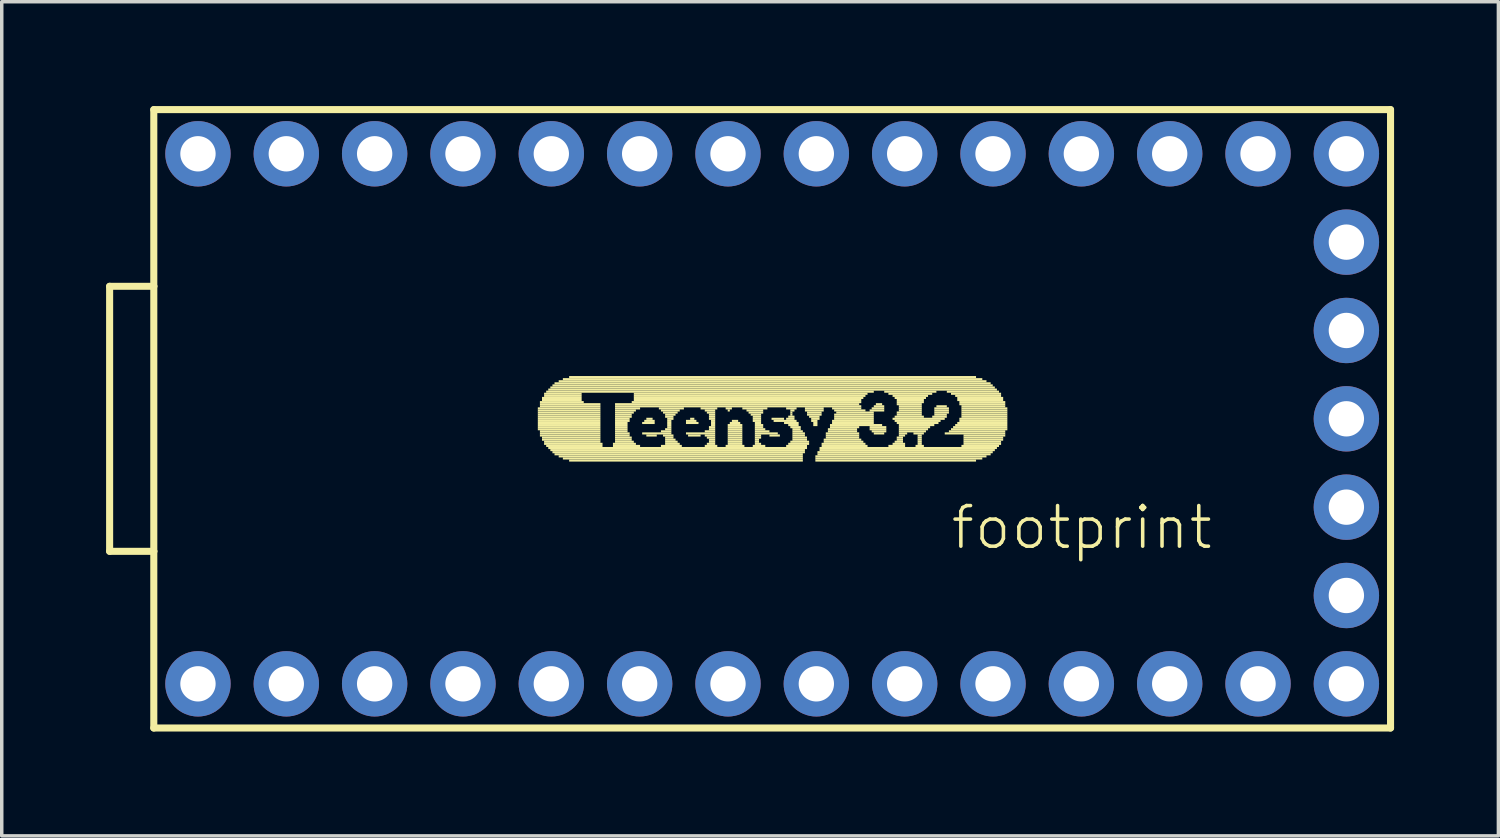
<source format=kicad_pcb>
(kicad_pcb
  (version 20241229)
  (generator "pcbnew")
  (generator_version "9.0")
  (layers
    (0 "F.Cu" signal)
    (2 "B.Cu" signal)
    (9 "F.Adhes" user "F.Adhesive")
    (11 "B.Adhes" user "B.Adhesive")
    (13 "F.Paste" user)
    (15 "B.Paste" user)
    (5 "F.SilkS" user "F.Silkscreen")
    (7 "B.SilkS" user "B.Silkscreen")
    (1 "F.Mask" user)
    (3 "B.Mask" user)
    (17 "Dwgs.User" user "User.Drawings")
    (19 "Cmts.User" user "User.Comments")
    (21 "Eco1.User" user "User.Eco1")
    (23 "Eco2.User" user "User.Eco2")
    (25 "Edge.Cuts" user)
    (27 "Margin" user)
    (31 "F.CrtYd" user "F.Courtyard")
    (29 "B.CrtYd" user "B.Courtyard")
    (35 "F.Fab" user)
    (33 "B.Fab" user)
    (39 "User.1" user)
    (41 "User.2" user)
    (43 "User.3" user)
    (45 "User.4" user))
  (footprint "footprint"
    (layer "F.Cu")
    (at 19.152 8.992)
    (property "Reference" "footprint" (at 5.08 3.81 0) (layer "F.SilkS") (effects (font (size 1.168 1.168) (thickness 0.102)) (justify left bottom)))
    (fp_line (start -19.05 -3.81) (end -19.05 3.81) (stroke (width 0.203) (type solid)) (layer "F.SilkS"))
    (fp_line (start -19.05 -3.81) (end -17.78 -3.81) (stroke (width 0.203) (type solid)) (layer "F.SilkS"))
    (fp_line (start -19.05 3.81) (end -17.78 3.81) (stroke (width 0.203) (type solid)) (layer "F.SilkS"))
    (fp_line (start -17.78 -8.89) (end 17.78 -8.89) (stroke (width 0.203) (type solid)) (layer "F.SilkS"))
    (fp_line (start -17.78 -3.81) (end -17.78 -8.89) (stroke (width 0.203) (type solid)) (layer "F.SilkS"))
    (fp_line (start -17.78 -3.81) (end -17.78 3.81) (stroke (width 0.203) (type solid)) (layer "F.SilkS"))
    (fp_line (start -17.78 8.89) (end -17.78 3.81) (stroke (width 0.203) (type solid)) (layer "F.SilkS"))
    (fp_line (start 17.78 -8.89) (end 17.78 8.89) (stroke (width 0.203) (type solid)) (layer "F.SilkS"))
    (fp_line (start 17.78 8.89) (end -17.78 8.89) (stroke (width 0.203) (type solid)) (layer "F.SilkS"))
    (fp_poly (pts (xy -6.738 -0.27) (xy -4.938 -0.27) (xy -4.938 -0.33) (xy -6.738 -0.33)) (stroke (width 0) (type solid)) (fill yes) (layer "F.SilkS"))
    (fp_poly (pts (xy -6.738 -0.21) (xy -4.938 -0.21) (xy -4.938 -0.27) (xy -6.738 -0.27)) (stroke (width 0) (type solid)) (fill yes) (layer "F.SilkS"))
    (fp_poly (pts (xy -6.738 -0.15) (xy -4.938 -0.15) (xy -4.938 -0.21) (xy -6.738 -0.21)) (stroke (width 0) (type solid)) (fill yes) (layer "F.SilkS"))
    (fp_poly (pts (xy -6.738 -0.09) (xy -4.938 -0.09) (xy -4.938 -0.15) (xy -6.738 -0.15)) (stroke (width 0) (type solid)) (fill yes) (layer "F.SilkS"))
    (fp_poly (pts (xy -6.738 -0.03) (xy -4.938 -0.03) (xy -4.938 -0.09) (xy -6.738 -0.09)) (stroke (width 0) (type solid)) (fill yes) (layer "F.SilkS"))
    (fp_poly (pts (xy -6.738 0.03) (xy -4.938 0.03) (xy -4.938 -0.03) (xy -6.738 -0.03)) (stroke (width 0) (type solid)) (fill yes) (layer "F.SilkS"))
    (fp_poly (pts (xy -6.738 0.09) (xy -4.938 0.09) (xy -4.938 0.03) (xy -6.738 0.03)) (stroke (width 0) (type solid)) (fill yes) (layer "F.SilkS"))
    (fp_poly (pts (xy -6.738 0.15) (xy -4.938 0.15) (xy -4.938 0.09) (xy -6.738 0.09)) (stroke (width 0) (type solid)) (fill yes) (layer "F.SilkS"))
    (fp_poly (pts (xy -6.738 0.21) (xy -4.938 0.21) (xy -4.938 0.15) (xy -6.738 0.15)) (stroke (width 0) (type solid)) (fill yes) (layer "F.SilkS"))
    (fp_poly (pts (xy -6.738 0.27) (xy -4.938 0.27) (xy -4.938 0.21) (xy -6.738 0.21)) (stroke (width 0) (type solid)) (fill yes) (layer "F.SilkS"))
    (fp_poly (pts (xy -6.738 0.33) (xy -4.938 0.33) (xy -4.938 0.27) (xy -6.738 0.27)) (stroke (width 0) (type solid)) (fill yes) (layer "F.SilkS"))
    (fp_poly (pts (xy -6.678 -0.45) (xy -5.418 -0.45) (xy -5.418 -0.51) (xy -6.678 -0.51)) (stroke (width 0) (type solid)) (fill yes) (layer "F.SilkS"))
    (fp_poly (pts (xy -6.678 -0.39) (xy -4.938 -0.39) (xy -4.938 -0.45) (xy -6.678 -0.45)) (stroke (width 0) (type solid)) (fill yes) (layer "F.SilkS"))
    (fp_poly (pts (xy -6.678 -0.33) (xy -4.938 -0.33) (xy -4.938 -0.39) (xy -6.678 -0.39)) (stroke (width 0) (type solid)) (fill yes) (layer "F.SilkS"))
    (fp_poly (pts (xy -6.678 0.39) (xy -4.938 0.39) (xy -4.938 0.33) (xy -6.678 0.33)) (stroke (width 0) (type solid)) (fill yes) (layer "F.SilkS"))
    (fp_poly (pts (xy -6.678 0.45) (xy -4.938 0.45) (xy -4.938 0.39) (xy -6.678 0.39)) (stroke (width 0) (type solid)) (fill yes) (layer "F.SilkS"))
    (fp_poly (pts (xy -6.678 0.51) (xy -4.938 0.51) (xy -4.938 0.45) (xy -6.678 0.45)) (stroke (width 0) (type solid)) (fill yes) (layer "F.SilkS"))
    (fp_poly (pts (xy -6.618 -0.57) (xy -5.478 -0.57) (xy -5.478 -0.63) (xy -6.618 -0.63)) (stroke (width 0) (type solid)) (fill yes) (layer "F.SilkS"))
    (fp_poly (pts (xy -6.618 -0.51) (xy -5.478 -0.51) (xy -5.478 -0.57) (xy -6.618 -0.57)) (stroke (width 0) (type solid)) (fill yes) (layer "F.SilkS"))
    (fp_poly (pts (xy -6.618 0.57) (xy -4.938 0.57) (xy -4.938 0.51) (xy -6.618 0.51)) (stroke (width 0) (type solid)) (fill yes) (layer "F.SilkS"))
    (fp_poly (pts (xy -6.618 0.63) (xy -4.938 0.63) (xy -4.938 0.57) (xy -6.618 0.57)) (stroke (width 0) (type solid)) (fill yes) (layer "F.SilkS"))
    (fp_poly (pts (xy -6.558 -0.69) (xy -5.478 -0.69) (xy -5.478 -0.75) (xy -6.558 -0.75)) (stroke (width 0) (type solid)) (fill yes) (layer "F.SilkS"))
    (fp_poly (pts (xy -6.558 -0.63) (xy -5.478 -0.63) (xy -5.478 -0.69) (xy -6.558 -0.69)) (stroke (width 0) (type solid)) (fill yes) (layer "F.SilkS"))
    (fp_poly (pts (xy -6.558 0.69) (xy -4.938 0.69) (xy -4.938 0.63) (xy -6.558 0.63)) (stroke (width 0) (type solid)) (fill yes) (layer "F.SilkS"))
    (fp_poly (pts (xy -6.558 0.75) (xy -4.878 0.75) (xy -4.878 0.69) (xy -6.558 0.69)) (stroke (width 0) (type solid)) (fill yes) (layer "F.SilkS"))
    (fp_poly (pts (xy -6.498 -0.75) (xy 2.922 -0.75) (xy 2.922 -0.81) (xy -6.498 -0.81)) (stroke (width 0) (type solid)) (fill yes) (layer "F.SilkS"))
    (fp_poly (pts (xy -6.498 0.81) (xy -4.878 0.81) (xy -4.878 0.75) (xy -6.498 0.75)) (stroke (width 0) (type solid)) (fill yes) (layer "F.SilkS"))
    (fp_poly (pts (xy -6.438 -0.81) (xy 6.462 -0.81) (xy 6.462 -0.87) (xy -6.438 -0.87)) (stroke (width 0) (type solid)) (fill yes) (layer "F.SilkS"))
    (fp_poly (pts (xy -6.438 0.87) (xy 1.002 0.87) (xy 1.002 0.81) (xy -6.438 0.81)) (stroke (width 0) (type solid)) (fill yes) (layer "F.SilkS"))
    (fp_poly (pts (xy -6.378 -0.87) (xy 6.402 -0.87) (xy 6.402 -0.93) (xy -6.378 -0.93)) (stroke (width 0) (type solid)) (fill yes) (layer "F.SilkS"))
    (fp_poly (pts (xy -6.378 0.93) (xy 0.942 0.93) (xy 0.942 0.87) (xy -6.378 0.87)) (stroke (width 0) (type solid)) (fill yes) (layer "F.SilkS"))
    (fp_poly (pts (xy -6.318 -0.93) (xy 6.342 -0.93) (xy 6.342 -0.99) (xy -6.318 -0.99)) (stroke (width 0) (type solid)) (fill yes) (layer "F.SilkS"))
    (fp_poly (pts (xy -6.318 0.99) (xy 0.942 0.99) (xy 0.942 0.93) (xy -6.318 0.93)) (stroke (width 0) (type solid)) (fill yes) (layer "F.SilkS"))
    (fp_poly (pts (xy -6.258 -0.99) (xy 6.282 -0.99) (xy 6.282 -1.05) (xy -6.258 -1.05)) (stroke (width 0) (type solid)) (fill yes) (layer "F.SilkS"))
    (fp_poly (pts (xy -6.258 1.05) (xy 0.882 1.05) (xy 0.882 0.99) (xy -6.258 0.99)) (stroke (width 0) (type solid)) (fill yes) (layer "F.SilkS"))
    (fp_poly (pts (xy -6.138 -1.05) (xy 6.162 -1.05) (xy 6.162 -1.11) (xy -6.138 -1.11)) (stroke (width 0) (type solid)) (fill yes) (layer "F.SilkS"))
    (fp_poly (pts (xy -6.138 1.11) (xy 0.882 1.11) (xy 0.882 1.05) (xy -6.138 1.05)) (stroke (width 0) (type solid)) (fill yes) (layer "F.SilkS"))
    (fp_poly (pts (xy -6.018 -1.11) (xy 6.042 -1.11) (xy 6.042 -1.17) (xy -6.018 -1.17)) (stroke (width 0) (type solid)) (fill yes) (layer "F.SilkS"))
    (fp_poly (pts (xy -6.018 1.17) (xy 0.882 1.17) (xy 0.882 1.11) (xy -6.018 1.11)) (stroke (width 0) (type solid)) (fill yes) (layer "F.SilkS"))
    (fp_poly (pts (xy -5.838 -1.17) (xy 5.862 -1.17) (xy 5.862 -1.23) (xy -5.838 -1.23)) (stroke (width 0) (type solid)) (fill yes) (layer "F.SilkS"))
    (fp_poly (pts (xy -5.838 1.23) (xy 0.882 1.23) (xy 0.882 1.17) (xy -5.838 1.17)) (stroke (width 0) (type solid)) (fill yes) (layer "F.SilkS"))
    (fp_poly (pts (xy -4.578 0.75) (xy -3.918 0.75) (xy -3.918 0.69) (xy -4.578 0.69)) (stroke (width 0) (type solid)) (fill yes) (layer "F.SilkS"))
    (fp_poly (pts (xy -4.578 0.81) (xy -3.798 0.81) (xy -3.798 0.75) (xy -4.578 0.75)) (stroke (width 0) (type solid)) (fill yes) (layer "F.SilkS"))
    (fp_poly (pts (xy -4.518 -0.39) (xy 2.502 -0.39) (xy 2.502 -0.45) (xy -4.518 -0.45)) (stroke (width 0) (type solid)) (fill yes) (layer "F.SilkS"))
    (fp_poly (pts (xy -4.518 -0.33) (xy 2.562 -0.33) (xy 2.562 -0.39) (xy -4.518 -0.39)) (stroke (width 0) (type solid)) (fill yes) (layer "F.SilkS"))
    (fp_poly (pts (xy -4.518 -0.27) (xy -3.798 -0.27) (xy -3.798 -0.33) (xy -4.518 -0.33)) (stroke (width 0) (type solid)) (fill yes) (layer "F.SilkS"))
    (fp_poly (pts (xy -4.518 -0.21) (xy -3.918 -0.21) (xy -3.918 -0.27) (xy -4.518 -0.27)) (stroke (width 0) (type solid)) (fill yes) (layer "F.SilkS"))
    (fp_poly (pts (xy -4.518 -0.15) (xy -3.978 -0.15) (xy -3.978 -0.21) (xy -4.518 -0.21)) (stroke (width 0) (type solid)) (fill yes) (layer "F.SilkS"))
    (fp_poly (pts (xy -4.518 -0.09) (xy -4.038 -0.09) (xy -4.038 -0.15) (xy -4.518 -0.15)) (stroke (width 0) (type solid)) (fill yes) (layer "F.SilkS"))
    (fp_poly (pts (xy -4.518 -0.03) (xy -4.038 -0.03) (xy -4.038 -0.09) (xy -4.518 -0.09)) (stroke (width 0) (type solid)) (fill yes) (layer "F.SilkS"))
    (fp_poly (pts (xy -4.518 0.03) (xy -4.098 0.03) (xy -4.098 -0.03) (xy -4.518 -0.03)) (stroke (width 0) (type solid)) (fill yes) (layer "F.SilkS"))
    (fp_poly (pts (xy -4.518 0.09) (xy -4.098 0.09) (xy -4.098 0.03) (xy -4.518 0.03)) (stroke (width 0) (type solid)) (fill yes) (layer "F.SilkS"))
    (fp_poly (pts (xy -4.518 0.15) (xy -4.158 0.15) (xy -4.158 0.09) (xy -4.518 0.09)) (stroke (width 0) (type solid)) (fill yes) (layer "F.SilkS"))
    (fp_poly (pts (xy -4.518 0.21) (xy -4.158 0.21) (xy -4.158 0.15) (xy -4.518 0.15)) (stroke (width 0) (type solid)) (fill yes) (layer "F.SilkS"))
    (fp_poly (pts (xy -4.518 0.27) (xy -4.158 0.27) (xy -4.158 0.21) (xy -4.518 0.21)) (stroke (width 0) (type solid)) (fill yes) (layer "F.SilkS"))
    (fp_poly (pts (xy -4.518 0.33) (xy -4.158 0.33) (xy -4.158 0.27) (xy -4.518 0.27)) (stroke (width 0) (type solid)) (fill yes) (layer "F.SilkS"))
    (fp_poly (pts (xy -4.518 0.39) (xy -4.158 0.39) (xy -4.158 0.33) (xy -4.518 0.33)) (stroke (width 0) (type solid)) (fill yes) (layer "F.SilkS"))
    (fp_poly (pts (xy -4.518 0.45) (xy -4.098 0.45) (xy -4.098 0.39) (xy -4.518 0.39)) (stroke (width 0) (type solid)) (fill yes) (layer "F.SilkS"))
    (fp_poly (pts (xy -4.518 0.51) (xy -4.098 0.51) (xy -4.098 0.45) (xy -4.518 0.45)) (stroke (width 0) (type solid)) (fill yes) (layer "F.SilkS"))
    (fp_poly (pts (xy -4.518 0.57) (xy -4.038 0.57) (xy -4.038 0.51) (xy -4.518 0.51)) (stroke (width 0) (type solid)) (fill yes) (layer "F.SilkS"))
    (fp_poly (pts (xy -4.518 0.63) (xy -4.038 0.63) (xy -4.038 0.57) (xy -4.518 0.57)) (stroke (width 0) (type solid)) (fill yes) (layer "F.SilkS"))
    (fp_poly (pts (xy -4.518 0.69) (xy -3.978 0.69) (xy -3.978 0.63) (xy -4.518 0.63)) (stroke (width 0) (type solid)) (fill yes) (layer "F.SilkS"))
    (fp_poly (pts (xy -4.038 -0.45) (xy 2.562 -0.45) (xy 2.562 -0.51) (xy -4.038 -0.51)) (stroke (width 0) (type solid)) (fill yes) (layer "F.SilkS"))
    (fp_poly (pts (xy -3.978 -0.69) (xy 2.742 -0.69) (xy 2.742 -0.75) (xy -3.978 -0.75)) (stroke (width 0) (type solid)) (fill yes) (layer "F.SilkS"))
    (fp_poly (pts (xy -3.978 -0.63) (xy 2.682 -0.63) (xy 2.682 -0.69) (xy -3.978 -0.69)) (stroke (width 0) (type solid)) (fill yes) (layer "F.SilkS"))
    (fp_poly (pts (xy -3.978 -0.57) (xy 2.622 -0.57) (xy 2.622 -0.63) (xy -3.978 -0.63)) (stroke (width 0) (type solid)) (fill yes) (layer "F.SilkS"))
    (fp_poly (pts (xy -3.978 -0.51) (xy 2.562 -0.51) (xy 2.562 -0.57) (xy -3.978 -0.57)) (stroke (width 0) (type solid)) (fill yes) (layer "F.SilkS"))
    (fp_poly (pts (xy -3.738 0.15) (xy -3.378 0.15) (xy -3.378 0.09) (xy -3.738 0.09)) (stroke (width 0) (type solid)) (fill yes) (layer "F.SilkS"))
    (fp_poly (pts (xy -3.738 0.45) (xy -2.898 0.45) (xy -2.898 0.39) (xy -3.738 0.39)) (stroke (width 0) (type solid)) (fill yes) (layer "F.SilkS"))
    (fp_poly (pts (xy -3.678 0.09) (xy -3.378 0.09) (xy -3.378 0.03) (xy -3.678 0.03)) (stroke (width 0) (type solid)) (fill yes) (layer "F.SilkS"))
    (fp_poly (pts (xy -3.618 0.03) (xy -3.438 0.03) (xy -3.438 -0.03) (xy -3.618 -0.03)) (stroke (width 0) (type solid)) (fill yes) (layer "F.SilkS"))
    (fp_poly (pts (xy -3.618 0.51) (xy -3.318 0.51) (xy -3.318 0.45) (xy -3.618 0.45)) (stroke (width 0) (type solid)) (fill yes) (layer "F.SilkS"))
    (fp_poly (pts (xy -3.258 -0.27) (xy -2.538 -0.27) (xy -2.538 -0.33) (xy -3.258 -0.33)) (stroke (width 0) (type solid)) (fill yes) (layer "F.SilkS"))
    (fp_poly (pts (xy -3.198 -0.21) (xy -2.658 -0.21) (xy -2.658 -0.27) (xy -3.198 -0.27)) (stroke (width 0) (type solid)) (fill yes) (layer "F.SilkS"))
    (fp_poly (pts (xy -3.198 0.39) (xy -2.898 0.39) (xy -2.898 0.33) (xy -3.198 0.33)) (stroke (width 0) (type solid)) (fill yes) (layer "F.SilkS"))
    (fp_poly (pts (xy -3.198 0.81) (xy -2.598 0.81) (xy -2.598 0.75) (xy -3.198 0.75)) (stroke (width 0) (type solid)) (fill yes) (layer "F.SilkS"))
    (fp_poly (pts (xy -3.138 -0.15) (xy -2.718 -0.15) (xy -2.718 -0.21) (xy -3.138 -0.21)) (stroke (width 0) (type solid)) (fill yes) (layer "F.SilkS"))
    (fp_poly (pts (xy -3.138 0.51) (xy -2.838 0.51) (xy -2.838 0.45) (xy -3.138 0.45)) (stroke (width 0) (type solid)) (fill yes) (layer "F.SilkS"))
    (fp_poly (pts (xy -3.078 -0.09) (xy -2.778 -0.09) (xy -2.778 -0.15) (xy -3.078 -0.15)) (stroke (width 0) (type solid)) (fill yes) (layer "F.SilkS"))
    (fp_poly (pts (xy -3.078 -0.03) (xy -2.838 -0.03) (xy -2.838 -0.09) (xy -3.078 -0.09)) (stroke (width 0) (type solid)) (fill yes) (layer "F.SilkS"))
    (fp_poly (pts (xy -3.078 0.33) (xy -2.898 0.33) (xy -2.898 0.27) (xy -3.078 0.27)) (stroke (width 0) (type solid)) (fill yes) (layer "F.SilkS"))
    (fp_poly (pts (xy -3.078 0.57) (xy -2.838 0.57) (xy -2.838 0.51) (xy -3.078 0.51)) (stroke (width 0) (type solid)) (fill yes) (layer "F.SilkS"))
    (fp_poly (pts (xy -3.078 0.63) (xy -2.778 0.63) (xy -2.778 0.57) (xy -3.078 0.57)) (stroke (width 0) (type solid)) (fill yes) (layer "F.SilkS"))
    (fp_poly (pts (xy -3.078 0.69) (xy -2.718 0.69) (xy -2.718 0.63) (xy -3.078 0.63)) (stroke (width 0) (type solid)) (fill yes) (layer "F.SilkS"))
    (fp_poly (pts (xy -3.078 0.75) (xy -2.658 0.75) (xy -2.658 0.69) (xy -3.078 0.69)) (stroke (width 0) (type solid)) (fill yes) (layer "F.SilkS"))
    (fp_poly (pts (xy -3.018 0.03) (xy -2.838 0.03) (xy -2.838 -0.03) (xy -3.018 -0.03)) (stroke (width 0) (type solid)) (fill yes) (layer "F.SilkS"))
    (fp_poly (pts (xy -3.018 0.09) (xy -2.898 0.09) (xy -2.898 0.03) (xy -3.018 0.03)) (stroke (width 0) (type solid)) (fill yes) (layer "F.SilkS"))
    (fp_poly (pts (xy -3.018 0.15) (xy -2.898 0.15) (xy -2.898 0.09) (xy -3.018 0.09)) (stroke (width 0) (type solid)) (fill yes) (layer "F.SilkS"))
    (fp_poly (pts (xy -3.018 0.21) (xy -2.898 0.21) (xy -2.898 0.15) (xy -3.018 0.15)) (stroke (width 0) (type solid)) (fill yes) (layer "F.SilkS"))
    (fp_poly (pts (xy -3.018 0.27) (xy -2.898 0.27) (xy -2.898 0.21) (xy -3.018 0.21)) (stroke (width 0) (type solid)) (fill yes) (layer "F.SilkS"))
    (fp_poly (pts (xy -2.478 0.09) (xy -2.178 0.09) (xy -2.178 0.03) (xy -2.478 0.03)) (stroke (width 0) (type solid)) (fill yes) (layer "F.SilkS"))
    (fp_poly (pts (xy -2.478 0.15) (xy -2.118 0.15) (xy -2.118 0.09) (xy -2.478 0.09)) (stroke (width 0) (type solid)) (fill yes) (layer "F.SilkS"))
    (fp_poly (pts (xy -2.478 0.45) (xy -1.638 0.45) (xy -1.638 0.39) (xy -2.478 0.39)) (stroke (width 0) (type solid)) (fill yes) (layer "F.SilkS"))
    (fp_poly (pts (xy -2.418 0.51) (xy -2.058 0.51) (xy -2.058 0.45) (xy -2.418 0.45)) (stroke (width 0) (type solid)) (fill yes) (layer "F.SilkS"))
    (fp_poly (pts (xy -2.358 0.03) (xy -2.238 0.03) (xy -2.238 -0.03) (xy -2.358 -0.03)) (stroke (width 0) (type solid)) (fill yes) (layer "F.SilkS"))
    (fp_poly (pts (xy -2.058 -0.27) (xy -1.578 -0.27) (xy -1.578 -0.33) (xy -2.058 -0.33)) (stroke (width 0) (type solid)) (fill yes) (layer "F.SilkS"))
    (fp_poly (pts (xy -1.938 -0.21) (xy -1.638 -0.21) (xy -1.638 -0.27) (xy -1.938 -0.27)) (stroke (width 0) (type solid)) (fill yes) (layer "F.SilkS"))
    (fp_poly (pts (xy -1.938 0.39) (xy -1.638 0.39) (xy -1.638 0.33) (xy -1.938 0.33)) (stroke (width 0) (type solid)) (fill yes) (layer "F.SilkS"))
    (fp_poly (pts (xy -1.938 0.51) (xy -1.638 0.51) (xy -1.638 0.45) (xy -1.938 0.45)) (stroke (width 0) (type solid)) (fill yes) (layer "F.SilkS"))
    (fp_poly (pts (xy -1.938 0.81) (xy -1.578 0.81) (xy -1.578 0.75) (xy -1.938 0.75)) (stroke (width 0) (type solid)) (fill yes) (layer "F.SilkS"))
    (fp_poly (pts (xy -1.878 -0.15) (xy -1.638 -0.15) (xy -1.638 -0.21) (xy -1.878 -0.21)) (stroke (width 0) (type solid)) (fill yes) (layer "F.SilkS"))
    (fp_poly (pts (xy -1.878 0.57) (xy -1.638 0.57) (xy -1.638 0.51) (xy -1.878 0.51)) (stroke (width 0) (type solid)) (fill yes) (layer "F.SilkS"))
    (fp_poly (pts (xy -1.878 0.75) (xy -1.638 0.75) (xy -1.638 0.69) (xy -1.878 0.69)) (stroke (width 0) (type solid)) (fill yes) (layer "F.SilkS"))
    (fp_poly (pts (xy -1.818 -0.09) (xy -1.638 -0.09) (xy -1.638 -0.15) (xy -1.818 -0.15)) (stroke (width 0) (type solid)) (fill yes) (layer "F.SilkS"))
    (fp_poly (pts (xy -1.818 -0.03) (xy -1.638 -0.03) (xy -1.638 -0.09) (xy -1.818 -0.09)) (stroke (width 0) (type solid)) (fill yes) (layer "F.SilkS"))
    (fp_poly (pts (xy -1.818 0.03) (xy -1.638 0.03) (xy -1.638 -0.03) (xy -1.818 -0.03)) (stroke (width 0) (type solid)) (fill yes) (layer "F.SilkS"))
    (fp_poly (pts (xy -1.818 0.27) (xy -1.638 0.27) (xy -1.638 0.21) (xy -1.818 0.21)) (stroke (width 0) (type solid)) (fill yes) (layer "F.SilkS"))
    (fp_poly (pts (xy -1.818 0.33) (xy -1.638 0.33) (xy -1.638 0.27) (xy -1.818 0.27)) (stroke (width 0) (type solid)) (fill yes) (layer "F.SilkS"))
    (fp_poly (pts (xy -1.818 0.63) (xy -1.638 0.63) (xy -1.638 0.57) (xy -1.818 0.57)) (stroke (width 0) (type solid)) (fill yes) (layer "F.SilkS"))
    (fp_poly (pts (xy -1.818 0.69) (xy -1.638 0.69) (xy -1.638 0.63) (xy -1.818 0.63)) (stroke (width 0) (type solid)) (fill yes) (layer "F.SilkS"))
    (fp_poly (pts (xy -1.758 0.09) (xy -1.638 0.09) (xy -1.638 0.03) (xy -1.758 0.03)) (stroke (width 0) (type solid)) (fill yes) (layer "F.SilkS"))
    (fp_poly (pts (xy -1.758 0.15) (xy -1.638 0.15) (xy -1.638 0.09) (xy -1.758 0.09)) (stroke (width 0) (type solid)) (fill yes) (layer "F.SilkS"))
    (fp_poly (pts (xy -1.758 0.21) (xy -1.638 0.21) (xy -1.638 0.15) (xy -1.758 0.15)) (stroke (width 0) (type solid)) (fill yes) (layer "F.SilkS"))
    (fp_poly (pts (xy -1.338 -0.27) (xy -1.158 -0.27) (xy -1.158 -0.33) (xy -1.338 -0.33)) (stroke (width 0) (type solid)) (fill yes) (layer "F.SilkS"))
    (fp_poly (pts (xy -1.338 0.81) (xy -0.798 0.81) (xy -0.798 0.75) (xy -1.338 0.75)) (stroke (width 0) (type solid)) (fill yes) (layer "F.SilkS"))
    (fp_poly (pts (xy -1.278 -0.21) (xy -1.218 -0.21) (xy -1.218 -0.27) (xy -1.278 -0.27)) (stroke (width 0) (type solid)) (fill yes) (layer "F.SilkS"))
    (fp_poly (pts (xy -1.278 0.21) (xy -0.858 0.21) (xy -0.858 0.15) (xy -1.278 0.15)) (stroke (width 0) (type solid)) (fill yes) (layer "F.SilkS"))
    (fp_poly (pts (xy -1.278 0.27) (xy -0.858 0.27) (xy -0.858 0.21) (xy -1.278 0.21)) (stroke (width 0) (type solid)) (fill yes) (layer "F.SilkS"))
    (fp_poly (pts (xy -1.278 0.33) (xy -0.858 0.33) (xy -0.858 0.27) (xy -1.278 0.27)) (stroke (width 0) (type solid)) (fill yes) (layer "F.SilkS"))
    (fp_poly (pts (xy -1.278 0.39) (xy -0.858 0.39) (xy -0.858 0.33) (xy -1.278 0.33)) (stroke (width 0) (type solid)) (fill yes) (layer "F.SilkS"))
    (fp_poly (pts (xy -1.278 0.45) (xy -0.858 0.45) (xy -0.858 0.39) (xy -1.278 0.39)) (stroke (width 0) (type solid)) (fill yes) (layer "F.SilkS"))
    (fp_poly (pts (xy -1.278 0.51) (xy -0.858 0.51) (xy -0.858 0.45) (xy -1.278 0.45)) (stroke (width 0) (type solid)) (fill yes) (layer "F.SilkS"))
    (fp_poly (pts (xy -1.278 0.57) (xy -0.858 0.57) (xy -0.858 0.51) (xy -1.278 0.51)) (stroke (width 0) (type solid)) (fill yes) (layer "F.SilkS"))
    (fp_poly (pts (xy -1.278 0.63) (xy -0.858 0.63) (xy -0.858 0.57) (xy -1.278 0.57)) (stroke (width 0) (type solid)) (fill yes) (layer "F.SilkS"))
    (fp_poly (pts (xy -1.278 0.69) (xy -0.858 0.69) (xy -0.858 0.63) (xy -1.278 0.63)) (stroke (width 0) (type solid)) (fill yes) (layer "F.SilkS"))
    (fp_poly (pts (xy -1.278 0.75) (xy -0.858 0.75) (xy -0.858 0.69) (xy -1.278 0.69)) (stroke (width 0) (type solid)) (fill yes) (layer "F.SilkS"))
    (fp_poly (pts (xy -1.218 0.15) (xy -0.918 0.15) (xy -0.918 0.09) (xy -1.218 0.09)) (stroke (width 0) (type solid)) (fill yes) (layer "F.SilkS"))
    (fp_poly (pts (xy -1.158 0.09) (xy -0.978 0.09) (xy -0.978 0.03) (xy -1.158 0.03)) (stroke (width 0) (type solid)) (fill yes) (layer "F.SilkS"))
    (fp_poly (pts (xy -0.858 -0.27) (xy -0.138 -0.27) (xy -0.138 -0.33) (xy -0.858 -0.33)) (stroke (width 0) (type solid)) (fill yes) (layer "F.SilkS"))
    (fp_poly (pts (xy -0.738 -0.21) (xy -0.258 -0.21) (xy -0.258 -0.27) (xy -0.738 -0.27)) (stroke (width 0) (type solid)) (fill yes) (layer "F.SilkS"))
    (fp_poly (pts (xy -0.678 -0.15) (xy -0.258 -0.15) (xy -0.258 -0.21) (xy -0.678 -0.21)) (stroke (width 0) (type solid)) (fill yes) (layer "F.SilkS"))
    (fp_poly (pts (xy -0.618 -0.09) (xy -0.318 -0.09) (xy -0.318 -0.15) (xy -0.618 -0.15)) (stroke (width 0) (type solid)) (fill yes) (layer "F.SilkS"))
    (fp_poly (pts (xy -0.558 -0.03) (xy -0.318 -0.03) (xy -0.318 -0.09) (xy -0.558 -0.09)) (stroke (width 0) (type solid)) (fill yes) (layer "F.SilkS"))
    (fp_poly (pts (xy -0.558 0.03) (xy -0.318 0.03) (xy -0.318 -0.03) (xy -0.558 -0.03)) (stroke (width 0) (type solid)) (fill yes) (layer "F.SilkS"))
    (fp_poly (pts (xy -0.558 0.09) (xy -0.318 0.09) (xy -0.318 0.03) (xy -0.558 0.03)) (stroke (width 0) (type solid)) (fill yes) (layer "F.SilkS"))
    (fp_poly (pts (xy -0.558 0.81) (xy -0.198 0.81) (xy -0.198 0.75) (xy -0.558 0.75)) (stroke (width 0) (type solid)) (fill yes) (layer "F.SilkS"))
    (fp_poly (pts (xy -0.498 0.15) (xy -0.318 0.15) (xy -0.318 0.09) (xy -0.498 0.09)) (stroke (width 0) (type solid)) (fill yes) (layer "F.SilkS"))
    (fp_poly (pts (xy -0.498 0.21) (xy -0.258 0.21) (xy -0.258 0.15) (xy -0.498 0.15)) (stroke (width 0) (type solid)) (fill yes) (layer "F.SilkS"))
    (fp_poly (pts (xy -0.498 0.27) (xy -0.258 0.27) (xy -0.258 0.21) (xy -0.498 0.21)) (stroke (width 0) (type solid)) (fill yes) (layer "F.SilkS"))
    (fp_poly (pts (xy -0.498 0.33) (xy -0.198 0.33) (xy -0.198 0.27) (xy -0.498 0.27)) (stroke (width 0) (type solid)) (fill yes) (layer "F.SilkS"))
    (fp_poly (pts (xy -0.498 0.39) (xy -0.078 0.39) (xy -0.078 0.33) (xy -0.498 0.33)) (stroke (width 0) (type solid)) (fill yes) (layer "F.SilkS"))
    (fp_poly (pts (xy -0.498 0.45) (xy 0.162 0.45) (xy 0.162 0.39) (xy -0.498 0.39)) (stroke (width 0) (type solid)) (fill yes) (layer "F.SilkS"))
    (fp_poly (pts (xy -0.498 0.51) (xy -0.318 0.51) (xy -0.318 0.45) (xy -0.498 0.45)) (stroke (width 0) (type solid)) (fill yes) (layer "F.SilkS"))
    (fp_poly (pts (xy -0.498 0.57) (xy -0.318 0.57) (xy -0.318 0.51) (xy -0.498 0.51)) (stroke (width 0) (type solid)) (fill yes) (layer "F.SilkS"))
    (fp_poly (pts (xy -0.498 0.63) (xy -0.378 0.63) (xy -0.378 0.57) (xy -0.498 0.57)) (stroke (width 0) (type solid)) (fill yes) (layer "F.SilkS"))
    (fp_poly (pts (xy -0.498 0.69) (xy -0.378 0.69) (xy -0.378 0.63) (xy -0.498 0.63)) (stroke (width 0) (type solid)) (fill yes) (layer "F.SilkS"))
    (fp_poly (pts (xy -0.498 0.75) (xy -0.318 0.75) (xy -0.318 0.69) (xy -0.498 0.69)) (stroke (width 0) (type solid)) (fill yes) (layer "F.SilkS"))
    (fp_poly (pts (xy -0.078 0.51) (xy 0.222 0.51) (xy 0.222 0.45) (xy -0.078 0.45)) (stroke (width 0) (type solid)) (fill yes) (layer "F.SilkS"))
    (fp_poly (pts (xy -0.018 0.03) (xy 0.342 0.03) (xy 0.342 -0.03) (xy -0.018 -0.03)) (stroke (width 0) (type solid)) (fill yes) (layer "F.SilkS"))
    (fp_poly (pts (xy 0.042 0.09) (xy 0.702 0.09) (xy 0.702 0.03) (xy 0.042 0.03)) (stroke (width 0) (type solid)) (fill yes) (layer "F.SilkS"))
    (fp_poly (pts (xy 0.342 0.15) (xy 0.762 0.15) (xy 0.762 0.09) (xy 0.342 0.09)) (stroke (width 0) (type solid)) (fill yes) (layer "F.SilkS"))
    (fp_poly (pts (xy 0.402 -0.27) (xy 0.702 -0.27) (xy 0.702 -0.33) (xy 0.402 -0.33)) (stroke (width 0) (type solid)) (fill yes) (layer "F.SilkS"))
    (fp_poly (pts (xy 0.402 0.03) (xy 0.642 0.03) (xy 0.642 -0.03) (xy 0.402 -0.03)) (stroke (width 0) (type solid)) (fill yes) (layer "F.SilkS"))
    (fp_poly (pts (xy 0.402 0.81) (xy 1.002 0.81) (xy 1.002 0.75) (xy 0.402 0.75)) (stroke (width 0) (type solid)) (fill yes) (layer "F.SilkS"))
    (fp_poly (pts (xy 0.462 -0.03) (xy 0.642 -0.03) (xy 0.642 -0.09) (xy 0.462 -0.09)) (stroke (width 0) (type solid)) (fill yes) (layer "F.SilkS"))
    (fp_poly (pts (xy 0.462 0.21) (xy 0.762 0.21) (xy 0.762 0.15) (xy 0.462 0.15)) (stroke (width 0) (type solid)) (fill yes) (layer "F.SilkS"))
    (fp_poly (pts (xy 0.462 0.75) (xy 1.062 0.75) (xy 1.062 0.69) (xy 0.462 0.69)) (stroke (width 0) (type solid)) (fill yes) (layer "F.SilkS"))
    (fp_poly (pts (xy 0.522 -0.21) (xy 0.642 -0.21) (xy 0.642 -0.27) (xy 0.522 -0.27)) (stroke (width 0) (type solid)) (fill yes) (layer "F.SilkS"))
    (fp_poly (pts (xy 0.522 -0.15) (xy 0.582 -0.15) (xy 0.582 -0.21) (xy 0.522 -0.21)) (stroke (width 0) (type solid)) (fill yes) (layer "F.SilkS"))
    (fp_poly (pts (xy 0.522 -0.09) (xy 0.582 -0.09) (xy 0.582 -0.15) (xy 0.522 -0.15)) (stroke (width 0) (type solid)) (fill yes) (layer "F.SilkS"))
    (fp_poly (pts (xy 0.522 0.27) (xy 0.822 0.27) (xy 0.822 0.21) (xy 0.522 0.21)) (stroke (width 0) (type solid)) (fill yes) (layer "F.SilkS"))
    (fp_poly (pts (xy 0.522 0.69) (xy 1.062 0.69) (xy 1.062 0.63) (xy 0.522 0.63)) (stroke (width 0) (type solid)) (fill yes) (layer "F.SilkS"))
    (fp_poly (pts (xy 0.582 0.33) (xy 0.822 0.33) (xy 0.822 0.27) (xy 0.582 0.27)) (stroke (width 0) (type solid)) (fill yes) (layer "F.SilkS"))
    (fp_poly (pts (xy 0.582 0.39) (xy 0.882 0.39) (xy 0.882 0.33) (xy 0.582 0.33)) (stroke (width 0) (type solid)) (fill yes) (layer "F.SilkS"))
    (fp_poly (pts (xy 0.582 0.45) (xy 0.942 0.45) (xy 0.942 0.39) (xy 0.582 0.39)) (stroke (width 0) (type solid)) (fill yes) (layer "F.SilkS"))
    (fp_poly (pts (xy 0.582 0.51) (xy 0.942 0.51) (xy 0.942 0.45) (xy 0.582 0.45)) (stroke (width 0) (type solid)) (fill yes) (layer "F.SilkS"))
    (fp_poly (pts (xy 0.582 0.57) (xy 1.002 0.57) (xy 1.002 0.51) (xy 0.582 0.51)) (stroke (width 0) (type solid)) (fill yes) (layer "F.SilkS"))
    (fp_poly (pts (xy 0.582 0.63) (xy 1.002 0.63) (xy 1.002 0.57) (xy 0.582 0.57)) (stroke (width 0) (type solid)) (fill yes) (layer "F.SilkS"))
    (fp_poly (pts (xy 0.942 -0.27) (xy 1.482 -0.27) (xy 1.482 -0.33) (xy 0.942 -0.33)) (stroke (width 0) (type solid)) (fill yes) (layer "F.SilkS"))
    (fp_poly (pts (xy 0.942 -0.21) (xy 1.482 -0.21) (xy 1.482 -0.27) (xy 0.942 -0.27)) (stroke (width 0) (type solid)) (fill yes) (layer "F.SilkS"))
    (fp_poly (pts (xy 1.002 -0.15) (xy 1.422 -0.15) (xy 1.422 -0.21) (xy 1.002 -0.21)) (stroke (width 0) (type solid)) (fill yes) (layer "F.SilkS"))
    (fp_poly (pts (xy 1.002 -0.09) (xy 1.422 -0.09) (xy 1.422 -0.15) (xy 1.002 -0.15)) (stroke (width 0) (type solid)) (fill yes) (layer "F.SilkS"))
    (fp_poly (pts (xy 1.062 -0.03) (xy 1.362 -0.03) (xy 1.362 -0.09) (xy 1.062 -0.09)) (stroke (width 0) (type solid)) (fill yes) (layer "F.SilkS"))
    (fp_poly (pts (xy 1.122 0.03) (xy 1.362 0.03) (xy 1.362 -0.03) (xy 1.122 -0.03)) (stroke (width 0) (type solid)) (fill yes) (layer "F.SilkS"))
    (fp_poly (pts (xy 1.122 0.09) (xy 1.302 0.09) (xy 1.302 0.03) (xy 1.122 0.03)) (stroke (width 0) (type solid)) (fill yes) (layer "F.SilkS"))
    (fp_poly (pts (xy 1.182 0.15) (xy 1.302 0.15) (xy 1.302 0.09) (xy 1.182 0.09)) (stroke (width 0) (type solid)) (fill yes) (layer "F.SilkS"))
    (fp_poly (pts (xy 1.182 0.21) (xy 1.302 0.21) (xy 1.302 0.15) (xy 1.182 0.15)) (stroke (width 0) (type solid)) (fill yes) (layer "F.SilkS"))
    (fp_poly (pts (xy 1.242 1.11) (xy 6.162 1.11) (xy 6.162 1.05) (xy 1.242 1.05)) (stroke (width 0) (type solid)) (fill yes) (layer "F.SilkS"))
    (fp_poly (pts (xy 1.242 1.17) (xy 6.042 1.17) (xy 6.042 1.11) (xy 1.242 1.11)) (stroke (width 0) (type solid)) (fill yes) (layer "F.SilkS"))
    (fp_poly (pts (xy 1.242 1.23) (xy 5.862 1.23) (xy 5.862 1.17) (xy 1.242 1.17)) (stroke (width 0) (type solid)) (fill yes) (layer "F.SilkS"))
    (fp_poly (pts (xy 1.302 0.99) (xy 6.342 0.99) (xy 6.342 0.93) (xy 1.302 0.93)) (stroke (width 0) (type solid)) (fill yes) (layer "F.SilkS"))
    (fp_poly (pts (xy 1.302 1.05) (xy 6.282 1.05) (xy 6.282 0.99) (xy 1.302 0.99)) (stroke (width 0) (type solid)) (fill yes) (layer "F.SilkS"))
    (fp_poly (pts (xy 1.362 0.87) (xy 6.462 0.87) (xy 6.462 0.81) (xy 1.362 0.81)) (stroke (width 0) (type solid)) (fill yes) (layer "F.SilkS"))
    (fp_poly (pts (xy 1.362 0.93) (xy 6.402 0.93) (xy 6.402 0.87) (xy 1.362 0.87)) (stroke (width 0) (type solid)) (fill yes) (layer "F.SilkS"))
    (fp_poly (pts (xy 1.422 0.75) (xy 2.682 0.75) (xy 2.682 0.69) (xy 1.422 0.69)) (stroke (width 0) (type solid)) (fill yes) (layer "F.SilkS"))
    (fp_poly (pts (xy 1.422 0.81) (xy 2.742 0.81) (xy 2.742 0.75) (xy 1.422 0.75)) (stroke (width 0) (type solid)) (fill yes) (layer "F.SilkS"))
    (fp_poly (pts (xy 1.482 0.63) (xy 2.562 0.63) (xy 2.562 0.57) (xy 1.482 0.57)) (stroke (width 0) (type solid)) (fill yes) (layer "F.SilkS"))
    (fp_poly (pts (xy 1.482 0.69) (xy 2.622 0.69) (xy 2.622 0.63) (xy 1.482 0.63)) (stroke (width 0) (type solid)) (fill yes) (layer "F.SilkS"))
    (fp_poly (pts (xy 1.542 0.45) (xy 2.502 0.45) (xy 2.502 0.39) (xy 1.542 0.39)) (stroke (width 0) (type solid)) (fill yes) (layer "F.SilkS"))
    (fp_poly (pts (xy 1.542 0.51) (xy 2.502 0.51) (xy 2.502 0.45) (xy 1.542 0.45)) (stroke (width 0) (type solid)) (fill yes) (layer "F.SilkS"))
    (fp_poly (pts (xy 1.542 0.57) (xy 2.502 0.57) (xy 2.502 0.51) (xy 1.542 0.51)) (stroke (width 0) (type solid)) (fill yes) (layer "F.SilkS"))
    (fp_poly (pts (xy 1.602 0.33) (xy 2.442 0.33) (xy 2.442 0.27) (xy 1.602 0.27)) (stroke (width 0) (type solid)) (fill yes) (layer "F.SilkS"))
    (fp_poly (pts (xy 1.602 0.39) (xy 2.442 0.39) (xy 2.442 0.33) (xy 1.602 0.33)) (stroke (width 0) (type solid)) (fill yes) (layer "F.SilkS"))
    (fp_poly (pts (xy 1.662 0.21) (xy 3.162 0.21) (xy 3.162 0.15) (xy 1.662 0.15)) (stroke (width 0) (type solid)) (fill yes) (layer "F.SilkS"))
    (fp_poly (pts (xy 1.662 0.27) (xy 2.502 0.27) (xy 2.502 0.21) (xy 1.662 0.21)) (stroke (width 0) (type solid)) (fill yes) (layer "F.SilkS"))
    (fp_poly (pts (xy 1.722 -0.27) (xy 2.562 -0.27) (xy 2.562 -0.33) (xy 1.722 -0.33)) (stroke (width 0) (type solid)) (fill yes) (layer "F.SilkS"))
    (fp_poly (pts (xy 1.722 0.09) (xy 2.922 0.09) (xy 2.922 0.03) (xy 1.722 0.03)) (stroke (width 0) (type solid)) (fill yes) (layer "F.SilkS"))
    (fp_poly (pts (xy 1.722 0.15) (xy 2.922 0.15) (xy 2.922 0.09) (xy 1.722 0.09)) (stroke (width 0) (type solid)) (fill yes) (layer "F.SilkS"))
    (fp_poly (pts (xy 1.782 -0.21) (xy 2.682 -0.21) (xy 2.682 -0.27) (xy 1.782 -0.27)) (stroke (width 0) (type solid)) (fill yes) (layer "F.SilkS"))
    (fp_poly (pts (xy 1.782 -0.09) (xy 2.922 -0.09) (xy 2.922 -0.15) (xy 1.782 -0.15)) (stroke (width 0) (type solid)) (fill yes) (layer "F.SilkS"))
    (fp_poly (pts (xy 1.782 -0.03) (xy 2.922 -0.03) (xy 2.922 -0.09) (xy 1.782 -0.09)) (stroke (width 0) (type solid)) (fill yes) (layer "F.SilkS"))
    (fp_poly (pts (xy 1.782 0.03) (xy 2.922 0.03) (xy 2.922 -0.03) (xy 1.782 -0.03)) (stroke (width 0) (type solid)) (fill yes) (layer "F.SilkS"))
    (fp_poly (pts (xy 1.842 -0.15) (xy 2.922 -0.15) (xy 2.922 -0.21) (xy 1.842 -0.21)) (stroke (width 0) (type solid)) (fill yes) (layer "F.SilkS"))
    (fp_poly (pts (xy 2.802 -0.21) (xy 3.222 -0.21) (xy 3.222 -0.27) (xy 2.802 -0.27)) (stroke (width 0) (type solid)) (fill yes) (layer "F.SilkS"))
    (fp_poly (pts (xy 2.802 0.27) (xy 3.282 0.27) (xy 3.282 0.21) (xy 2.802 0.21)) (stroke (width 0) (type solid)) (fill yes) (layer "F.SilkS"))
    (fp_poly (pts (xy 2.802 0.33) (xy 3.282 0.33) (xy 3.282 0.27) (xy 2.802 0.27)) (stroke (width 0) (type solid)) (fill yes) (layer "F.SilkS"))
    (fp_poly (pts (xy 2.862 -0.27) (xy 3.222 -0.27) (xy 3.222 -0.33) (xy 2.862 -0.33)) (stroke (width 0) (type solid)) (fill yes) (layer "F.SilkS"))
    (fp_poly (pts (xy 2.862 0.39) (xy 3.282 0.39) (xy 3.282 0.33) (xy 2.862 0.33)) (stroke (width 0) (type solid)) (fill yes) (layer "F.SilkS"))
    (fp_poly (pts (xy 2.922 -0.33) (xy 3.222 -0.33) (xy 3.222 -0.39) (xy 2.922 -0.39)) (stroke (width 0) (type solid)) (fill yes) (layer "F.SilkS"))
    (fp_poly (pts (xy 2.922 0.45) (xy 3.222 0.45) (xy 3.222 0.39) (xy 2.922 0.39)) (stroke (width 0) (type solid)) (fill yes) (layer "F.SilkS"))
    (fp_poly (pts (xy 2.982 -0.39) (xy 3.162 -0.39) (xy 3.162 -0.45) (xy 2.982 -0.45)) (stroke (width 0) (type solid)) (fill yes) (layer "F.SilkS"))
    (fp_poly (pts (xy 3.222 -0.75) (xy 4.722 -0.75) (xy 4.722 -0.81) (xy 3.222 -0.81)) (stroke (width 0) (type solid)) (fill yes) (layer "F.SilkS"))
    (fp_poly (pts (xy 3.342 -0.69) (xy 4.602 -0.69) (xy 4.602 -0.75) (xy 3.342 -0.75)) (stroke (width 0) (type solid)) (fill yes) (layer "F.SilkS"))
    (fp_poly (pts (xy 3.342 0.81) (xy 3.822 0.81) (xy 3.822 0.75) (xy 3.342 0.75)) (stroke (width 0) (type solid)) (fill yes) (layer "F.SilkS"))
    (fp_poly (pts (xy 3.462 -0.63) (xy 4.482 -0.63) (xy 4.482 -0.69) (xy 3.462 -0.69)) (stroke (width 0) (type solid)) (fill yes) (layer "F.SilkS"))
    (fp_poly (pts (xy 3.462 0.03) (xy 4.962 0.03) (xy 4.962 -0.03) (xy 3.462 -0.03)) (stroke (width 0) (type solid)) (fill yes) (layer "F.SilkS"))
    (fp_poly (pts (xy 3.462 0.75) (xy 3.822 0.75) (xy 3.822 0.69) (xy 3.462 0.69)) (stroke (width 0) (type solid)) (fill yes) (layer "F.SilkS"))
    (fp_poly (pts (xy 3.522 -0.57) (xy 4.422 -0.57) (xy 4.422 -0.63) (xy 3.522 -0.63)) (stroke (width 0) (type solid)) (fill yes) (layer "F.SilkS"))
    (fp_poly (pts (xy 3.522 -0.03) (xy 4.362 -0.03) (xy 4.362 -0.09) (xy 3.522 -0.09)) (stroke (width 0) (type solid)) (fill yes) (layer "F.SilkS"))
    (fp_poly (pts (xy 3.522 0.09) (xy 4.842 0.09) (xy 4.842 0.03) (xy 3.522 0.03)) (stroke (width 0) (type solid)) (fill yes) (layer "F.SilkS"))
    (fp_poly (pts (xy 3.522 0.69) (xy 3.762 0.69) (xy 3.762 0.63) (xy 3.522 0.63)) (stroke (width 0) (type solid)) (fill yes) (layer "F.SilkS"))
    (fp_poly (pts (xy 3.582 -0.51) (xy 4.362 -0.51) (xy 4.362 -0.57) (xy 3.582 -0.57)) (stroke (width 0) (type solid)) (fill yes) (layer "F.SilkS"))
    (fp_poly (pts (xy 3.582 -0.45) (xy 4.362 -0.45) (xy 4.362 -0.51) (xy 3.582 -0.51)) (stroke (width 0) (type solid)) (fill yes) (layer "F.SilkS"))
    (fp_poly (pts (xy 3.582 -0.39) (xy 4.302 -0.39) (xy 4.302 -0.45) (xy 3.582 -0.45)) (stroke (width 0) (type solid)) (fill yes) (layer "F.SilkS"))
    (fp_poly (pts (xy 3.582 -0.15) (xy 4.302 -0.15) (xy 4.302 -0.21) (xy 3.582 -0.21)) (stroke (width 0) (type solid)) (fill yes) (layer "F.SilkS"))
    (fp_poly (pts (xy 3.582 -0.09) (xy 4.302 -0.09) (xy 4.302 -0.15) (xy 3.582 -0.15)) (stroke (width 0) (type solid)) (fill yes) (layer "F.SilkS"))
    (fp_poly (pts (xy 3.582 0.15) (xy 4.782 0.15) (xy 4.782 0.09) (xy 3.582 0.09)) (stroke (width 0) (type solid)) (fill yes) (layer "F.SilkS"))
    (fp_poly (pts (xy 3.582 0.57) (xy 3.762 0.57) (xy 3.762 0.51) (xy 3.582 0.51)) (stroke (width 0) (type solid)) (fill yes) (layer "F.SilkS"))
    (fp_poly (pts (xy 3.582 0.63) (xy 3.762 0.63) (xy 3.762 0.57) (xy 3.582 0.57)) (stroke (width 0) (type solid)) (fill yes) (layer "F.SilkS"))
    (fp_poly (pts (xy 3.642 -0.33) (xy 4.302 -0.33) (xy 4.302 -0.39) (xy 3.642 -0.39)) (stroke (width 0) (type solid)) (fill yes) (layer "F.SilkS"))
    (fp_poly (pts (xy 3.642 -0.27) (xy 4.302 -0.27) (xy 4.302 -0.33) (xy 3.642 -0.33)) (stroke (width 0) (type solid)) (fill yes) (layer "F.SilkS"))
    (fp_poly (pts (xy 3.642 -0.21) (xy 4.302 -0.21) (xy 4.302 -0.27) (xy 3.642 -0.27)) (stroke (width 0) (type solid)) (fill yes) (layer "F.SilkS"))
    (fp_poly (pts (xy 3.642 0.21) (xy 4.662 0.21) (xy 4.662 0.15) (xy 3.642 0.15)) (stroke (width 0) (type solid)) (fill yes) (layer "F.SilkS"))
    (fp_poly (pts (xy 3.642 0.27) (xy 4.542 0.27) (xy 4.542 0.21) (xy 3.642 0.21)) (stroke (width 0) (type solid)) (fill yes) (layer "F.SilkS"))
    (fp_poly (pts (xy 3.642 0.33) (xy 4.482 0.33) (xy 4.482 0.27) (xy 3.642 0.27)) (stroke (width 0) (type solid)) (fill yes) (layer "F.SilkS"))
    (fp_poly (pts (xy 3.642 0.39) (xy 4.422 0.39) (xy 4.422 0.33) (xy 3.642 0.33)) (stroke (width 0) (type solid)) (fill yes) (layer "F.SilkS"))
    (fp_poly (pts (xy 3.642 0.45) (xy 3.882 0.45) (xy 3.882 0.39) (xy 3.642 0.39)) (stroke (width 0) (type solid)) (fill yes) (layer "F.SilkS"))
    (fp_poly (pts (xy 3.642 0.51) (xy 3.822 0.51) (xy 3.822 0.45) (xy 3.642 0.45)) (stroke (width 0) (type solid)) (fill yes) (layer "F.SilkS"))
    (fp_poly (pts (xy 4.062 0.45) (xy 4.362 0.45) (xy 4.362 0.39) (xy 4.062 0.39)) (stroke (width 0) (type solid)) (fill yes) (layer "F.SilkS"))
    (fp_poly (pts (xy 4.122 0.81) (xy 4.362 0.81) (xy 4.362 0.75) (xy 4.122 0.75)) (stroke (width 0) (type solid)) (fill yes) (layer "F.SilkS"))
    (fp_poly (pts (xy 4.182 0.51) (xy 4.302 0.51) (xy 4.302 0.45) (xy 4.182 0.45)) (stroke (width 0) (type solid)) (fill yes) (layer "F.SilkS"))
    (fp_poly (pts (xy 4.182 0.57) (xy 4.302 0.57) (xy 4.302 0.51) (xy 4.182 0.51)) (stroke (width 0) (type solid)) (fill yes) (layer "F.SilkS"))
    (fp_poly (pts (xy 4.182 0.63) (xy 4.302 0.63) (xy 4.302 0.57) (xy 4.182 0.57)) (stroke (width 0) (type solid)) (fill yes) (layer "F.SilkS"))
    (fp_poly (pts (xy 4.182 0.69) (xy 4.302 0.69) (xy 4.302 0.63) (xy 4.182 0.63)) (stroke (width 0) (type solid)) (fill yes) (layer "F.SilkS"))
    (fp_poly (pts (xy 4.182 0.75) (xy 4.302 0.75) (xy 4.302 0.69) (xy 4.182 0.69)) (stroke (width 0) (type solid)) (fill yes) (layer "F.SilkS"))
    (fp_poly (pts (xy 4.602 -0.03) (xy 5.022 -0.03) (xy 5.022 -0.09) (xy 4.602 -0.09)) (stroke (width 0) (type solid)) (fill yes) (layer "F.SilkS"))
    (fp_poly (pts (xy 4.662 -0.27) (xy 5.082 -0.27) (xy 5.082 -0.33) (xy 4.662 -0.33)) (stroke (width 0) (type solid)) (fill yes) (layer "F.SilkS"))
    (fp_poly (pts (xy 4.662 -0.21) (xy 5.082 -0.21) (xy 5.082 -0.27) (xy 4.662 -0.27)) (stroke (width 0) (type solid)) (fill yes) (layer "F.SilkS"))
    (fp_poly (pts (xy 4.662 -0.15) (xy 5.082 -0.15) (xy 5.082 -0.21) (xy 4.662 -0.21)) (stroke (width 0) (type solid)) (fill yes) (layer "F.SilkS"))
    (fp_poly (pts (xy 4.662 -0.09) (xy 5.022 -0.09) (xy 5.022 -0.15) (xy 4.662 -0.15)) (stroke (width 0) (type solid)) (fill yes) (layer "F.SilkS"))
    (fp_poly (pts (xy 4.722 -0.33) (xy 5.022 -0.33) (xy 5.022 -0.39) (xy 4.722 -0.39)) (stroke (width 0) (type solid)) (fill yes) (layer "F.SilkS"))
    (fp_poly (pts (xy 4.962 0.45) (xy 6.702 0.45) (xy 6.702 0.39) (xy 4.962 0.39)) (stroke (width 0) (type solid)) (fill yes) (layer "F.SilkS"))
    (fp_poly (pts (xy 5.022 -0.75) (xy 6.522 -0.75) (xy 6.522 -0.81) (xy 5.022 -0.81)) (stroke (width 0) (type solid)) (fill yes) (layer "F.SilkS"))
    (fp_poly (pts (xy 5.082 0.39) (xy 6.702 0.39) (xy 6.702 0.33) (xy 5.082 0.33)) (stroke (width 0) (type solid)) (fill yes) (layer "F.SilkS"))
    (fp_poly (pts (xy 5.142 -0.69) (xy 6.582 -0.69) (xy 6.582 -0.75) (xy 5.142 -0.75)) (stroke (width 0) (type solid)) (fill yes) (layer "F.SilkS"))
    (fp_poly (pts (xy 5.142 0.33) (xy 6.762 0.33) (xy 6.762 0.27) (xy 5.142 0.27)) (stroke (width 0) (type solid)) (fill yes) (layer "F.SilkS"))
    (fp_poly (pts (xy 5.202 0.27) (xy 6.762 0.27) (xy 6.762 0.21) (xy 5.202 0.21)) (stroke (width 0) (type solid)) (fill yes) (layer "F.SilkS"))
    (fp_poly (pts (xy 5.262 -0.63) (xy 6.582 -0.63) (xy 6.582 -0.69) (xy 5.262 -0.69)) (stroke (width 0) (type solid)) (fill yes) (layer "F.SilkS"))
    (fp_poly (pts (xy 5.262 0.21) (xy 6.762 0.21) (xy 6.762 0.15) (xy 5.262 0.15)) (stroke (width 0) (type solid)) (fill yes) (layer "F.SilkS"))
    (fp_poly (pts (xy 5.322 -0.57) (xy 6.642 -0.57) (xy 6.642 -0.63) (xy 5.322 -0.63)) (stroke (width 0) (type solid)) (fill yes) (layer "F.SilkS"))
    (fp_poly (pts (xy 5.322 -0.51) (xy 6.642 -0.51) (xy 6.642 -0.57) (xy 5.322 -0.57)) (stroke (width 0) (type solid)) (fill yes) (layer "F.SilkS"))
    (fp_poly (pts (xy 5.322 0.15) (xy 6.762 0.15) (xy 6.762 0.09) (xy 5.322 0.09)) (stroke (width 0) (type solid)) (fill yes) (layer "F.SilkS"))
    (fp_poly (pts (xy 5.382 -0.45) (xy 6.702 -0.45) (xy 6.702 -0.51) (xy 5.382 -0.51)) (stroke (width 0) (type solid)) (fill yes) (layer "F.SilkS"))
    (fp_poly (pts (xy 5.382 -0.39) (xy 6.702 -0.39) (xy 6.702 -0.45) (xy 5.382 -0.45)) (stroke (width 0) (type solid)) (fill yes) (layer "F.SilkS"))
    (fp_poly (pts (xy 5.382 0.03) (xy 6.762 0.03) (xy 6.762 -0.03) (xy 5.382 -0.03)) (stroke (width 0) (type solid)) (fill yes) (layer "F.SilkS"))
    (fp_poly (pts (xy 5.382 0.09) (xy 6.762 0.09) (xy 6.762 0.03) (xy 5.382 0.03)) (stroke (width 0) (type solid)) (fill yes) (layer "F.SilkS"))
    (fp_poly (pts (xy 5.442 -0.33) (xy 6.702 -0.33) (xy 6.702 -0.39) (xy 5.442 -0.39)) (stroke (width 0) (type solid)) (fill yes) (layer "F.SilkS"))
    (fp_poly (pts (xy 5.442 -0.27) (xy 6.762 -0.27) (xy 6.762 -0.33) (xy 5.442 -0.33)) (stroke (width 0) (type solid)) (fill yes) (layer "F.SilkS"))
    (fp_poly (pts (xy 5.442 -0.21) (xy 6.762 -0.21) (xy 6.762 -0.27) (xy 5.442 -0.27)) (stroke (width 0) (type solid)) (fill yes) (layer "F.SilkS"))
    (fp_poly (pts (xy 5.442 -0.15) (xy 6.762 -0.15) (xy 6.762 -0.21) (xy 5.442 -0.21)) (stroke (width 0) (type solid)) (fill yes) (layer "F.SilkS"))
    (fp_poly (pts (xy 5.442 -0.09) (xy 6.762 -0.09) (xy 6.762 -0.15) (xy 5.442 -0.15)) (stroke (width 0) (type solid)) (fill yes) (layer "F.SilkS"))
    (fp_poly (pts (xy 5.442 -0.03) (xy 6.762 -0.03) (xy 6.762 -0.09) (xy 5.442 -0.09)) (stroke (width 0) (type solid)) (fill yes) (layer "F.SilkS"))
    (fp_poly (pts (xy 5.442 0.81) (xy 6.522 0.81) (xy 6.522 0.75) (xy 5.442 0.75)) (stroke (width 0) (type solid)) (fill yes) (layer "F.SilkS"))
    (fp_poly (pts (xy 5.502 0.51) (xy 6.702 0.51) (xy 6.702 0.45) (xy 5.502 0.45)) (stroke (width 0) (type solid)) (fill yes) (layer "F.SilkS"))
    (fp_poly (pts (xy 5.502 0.57) (xy 6.642 0.57) (xy 6.642 0.51) (xy 5.502 0.51)) (stroke (width 0) (type solid)) (fill yes) (layer "F.SilkS"))
    (fp_poly (pts (xy 5.502 0.63) (xy 6.642 0.63) (xy 6.642 0.57) (xy 5.502 0.57)) (stroke (width 0) (type solid)) (fill yes) (layer "F.SilkS"))
    (fp_poly (pts (xy 5.502 0.69) (xy 6.582 0.69) (xy 6.582 0.63) (xy 5.502 0.63)) (stroke (width 0) (type solid)) (fill yes) (layer "F.SilkS"))
    (fp_poly (pts (xy 5.502 0.75) (xy 6.582 0.75) (xy 6.582 0.69) (xy 5.502 0.69)) (stroke (width 0) (type solid)) (fill yes) (layer "F.SilkS"))
    (pad "0" thru_hole circle (at -13.97 7.62 270) (size 1.88 1.88) (drill 1.016) (layers "*.Cu" "*.Mask"))
    (pad "1" thru_hole circle (at -11.43 7.62 270) (size 1.88 1.88) (drill 1.016) (layers "*.Cu" "*.Mask"))
    (pad "2" thru_hole circle (at -8.89 7.62 270) (size 1.88 1.88) (drill 1.016) (layers "*.Cu" "*.Mask"))
    (pad "3" thru_hole circle (at -6.35 7.62 270) (size 1.88 1.88) (drill 1.016) (layers "*.Cu" "*.Mask"))
    (pad "3.3V" thru_hole circle (at 16.51 2.54 270) (size 1.88 1.88) (drill 1.016) (layers "*.Cu" "*.Mask"))
    (pad "3.3V-1" thru_hole circle (at -11.43 -7.62 270) (size 1.88 1.88) (drill 1.016) (layers "*.Cu" "*.Mask"))
    (pad "4" thru_hole circle (at -3.81 7.62 270) (size 1.88 1.88) (drill 1.016) (layers "*.Cu" "*.Mask"))
    (pad "5" thru_hole circle (at -1.27 7.62 270) (size 1.88 1.88) (drill 1.016) (layers "*.Cu" "*.Mask"))
    (pad "6" thru_hole circle (at 1.27 7.62 270) (size 1.88 1.88) (drill 1.016) (layers "*.Cu" "*.Mask"))
    (pad "7" thru_hole circle (at 3.81 7.62 270) (size 1.88 1.88) (drill 1.016) (layers "*.Cu" "*.Mask"))
    (pad "8" thru_hole circle (at 6.35 7.62 270) (size 1.88 1.88) (drill 1.016) (layers "*.Cu" "*.Mask"))
    (pad "9" thru_hole circle (at 8.89 7.62 270) (size 1.88 1.88) (drill 1.016) (layers "*.Cu" "*.Mask"))
    (pad "10" thru_hole circle (at 11.43 7.62 270) (size 1.88 1.88) (drill 1.016) (layers "*.Cu" "*.Mask"))
    (pad "11" thru_hole circle (at 13.97 7.62 270) (size 1.88 1.88) (drill 1.016) (layers "*.Cu" "*.Mask"))
    (pad "12" thru_hole circle (at 16.51 7.62 270) (size 1.88 1.88) (drill 1.016) (layers "*.Cu" "*.Mask"))
    (pad "13" thru_hole circle (at 16.51 -7.62 270) (size 1.88 1.88) (drill 1.016) (layers "*.Cu" "*.Mask"))
    (pad "14" thru_hole circle (at 13.97 -7.62 270) (size 1.88 1.88) (drill 1.016) (layers "*.Cu" "*.Mask"))
    (pad "15" thru_hole circle (at 11.43 -7.62 270) (size 1.88 1.88) (drill 1.016) (layers "*.Cu" "*.Mask"))
    (pad "16" thru_hole circle (at 8.89 -7.62 270) (size 1.88 1.88) (drill 1.016) (layers "*.Cu" "*.Mask"))
    (pad "17" thru_hole circle (at 6.35 -7.62 270) (size 1.88 1.88) (drill 1.016) (layers "*.Cu" "*.Mask"))
    (pad "18" thru_hole circle (at 3.81 -7.62 270) (size 1.88 1.88) (drill 1.016) (layers "*.Cu" "*.Mask"))
    (pad "19" thru_hole circle (at 1.27 -7.62 270) (size 1.88 1.88) (drill 1.016) (layers "*.Cu" "*.Mask"))
    (pad "20" thru_hole circle (at -1.27 -7.62 270) (size 1.88 1.88) (drill 1.016) (layers "*.Cu" "*.Mask"))
    (pad "21" thru_hole circle (at -3.81 -7.62 270) (size 1.88 1.88) (drill 1.016) (layers "*.Cu" "*.Mask"))
    (pad "22" thru_hole circle (at -6.35 -7.62 270) (size 1.88 1.88) (drill 1.016) (layers "*.Cu" "*.Mask"))
    (pad "23" thru_hole circle (at -8.89 -7.62 270) (size 1.88 1.88) (drill 1.016) (layers "*.Cu" "*.Mask"))
    (pad "A14/DAC" thru_hole circle (at 16.51 -5.08 270) (size 1.88 1.88) (drill 1.016) (layers "*.Cu" "*.Mask"))
    (pad "AGND" thru_hole circle (at -13.97 -7.62 270) (size 1.88 1.88) (drill 1.016) (layers "*.Cu" "*.Mask"))
    (pad "GND" thru_hole circle (at 16.51 0 270) (size 1.88 1.88) (drill 1.016) (layers "*.Cu" "*.Mask"))
    (pad "GND1" thru_hole circle (at -16.51 7.62 270) (size 1.88 1.88) (drill 1.016) (layers "*.Cu" "*.Mask"))
    (pad "PROG" thru_hole circle (at 16.51 -2.54 270) (size 1.88 1.88) (drill 1.016) (layers "*.Cu" "*.Mask"))
    (pad "VBAT" thru_hole circle (at 16.51 5.08 270) (size 1.88 1.88) (drill 1.016) (layers "*.Cu" "*.Mask"))
    (pad "VIN" thru_hole circle (at -16.51 -7.62 270) (size 1.88 1.88) (drill 1.016) (layers "*.Cu" "*.Mask")))
  (gr_rect
    (start -3 -3)
    (end 40.033 20.983)
    (stroke (width 0.1) (type default))
    (fill no)
    (layer "Edge.Cuts")))
</source>
